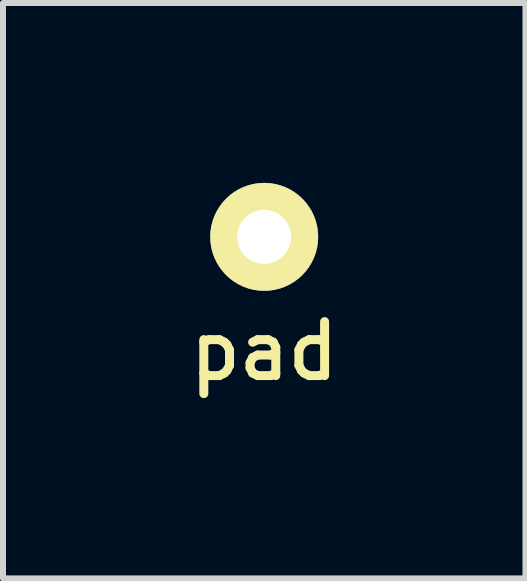
<source format=kicad_pcb>
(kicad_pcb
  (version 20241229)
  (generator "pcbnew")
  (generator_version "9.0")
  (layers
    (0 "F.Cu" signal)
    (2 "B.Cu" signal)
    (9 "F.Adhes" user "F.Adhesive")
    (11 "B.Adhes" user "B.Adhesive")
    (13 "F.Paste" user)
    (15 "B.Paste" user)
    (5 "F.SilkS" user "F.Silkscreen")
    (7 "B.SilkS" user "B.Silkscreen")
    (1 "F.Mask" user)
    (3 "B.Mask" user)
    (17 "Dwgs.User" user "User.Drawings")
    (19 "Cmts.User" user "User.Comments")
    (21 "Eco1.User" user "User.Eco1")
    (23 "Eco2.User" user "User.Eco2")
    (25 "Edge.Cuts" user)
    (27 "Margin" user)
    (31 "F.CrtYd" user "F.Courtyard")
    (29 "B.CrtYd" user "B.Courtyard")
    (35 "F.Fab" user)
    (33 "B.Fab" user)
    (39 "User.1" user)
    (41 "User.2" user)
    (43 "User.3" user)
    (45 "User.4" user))
  (footprint "pad"
    (layer "F.Cu")
    (at 1.356 0.9)
    (property "Reference" "pad" (at 0 1.905 0) (layer "F.SilkS") (effects (font (size 0.9 0.9) (thickness 0.15))))
    (attr through_hole)
    (pad "1" thru_hole circle (at 0 0) (size 1.8 1.8) (drill 0.9) (layers "*.Cu" "*.Mask" "F.SilkS")))
  (gr_rect
    (start -3 -3)
    (end 5.713 6.595)
    (stroke (width 0.1) (type default))
    (fill no)
    (layer "Edge.Cuts")))
</source>
